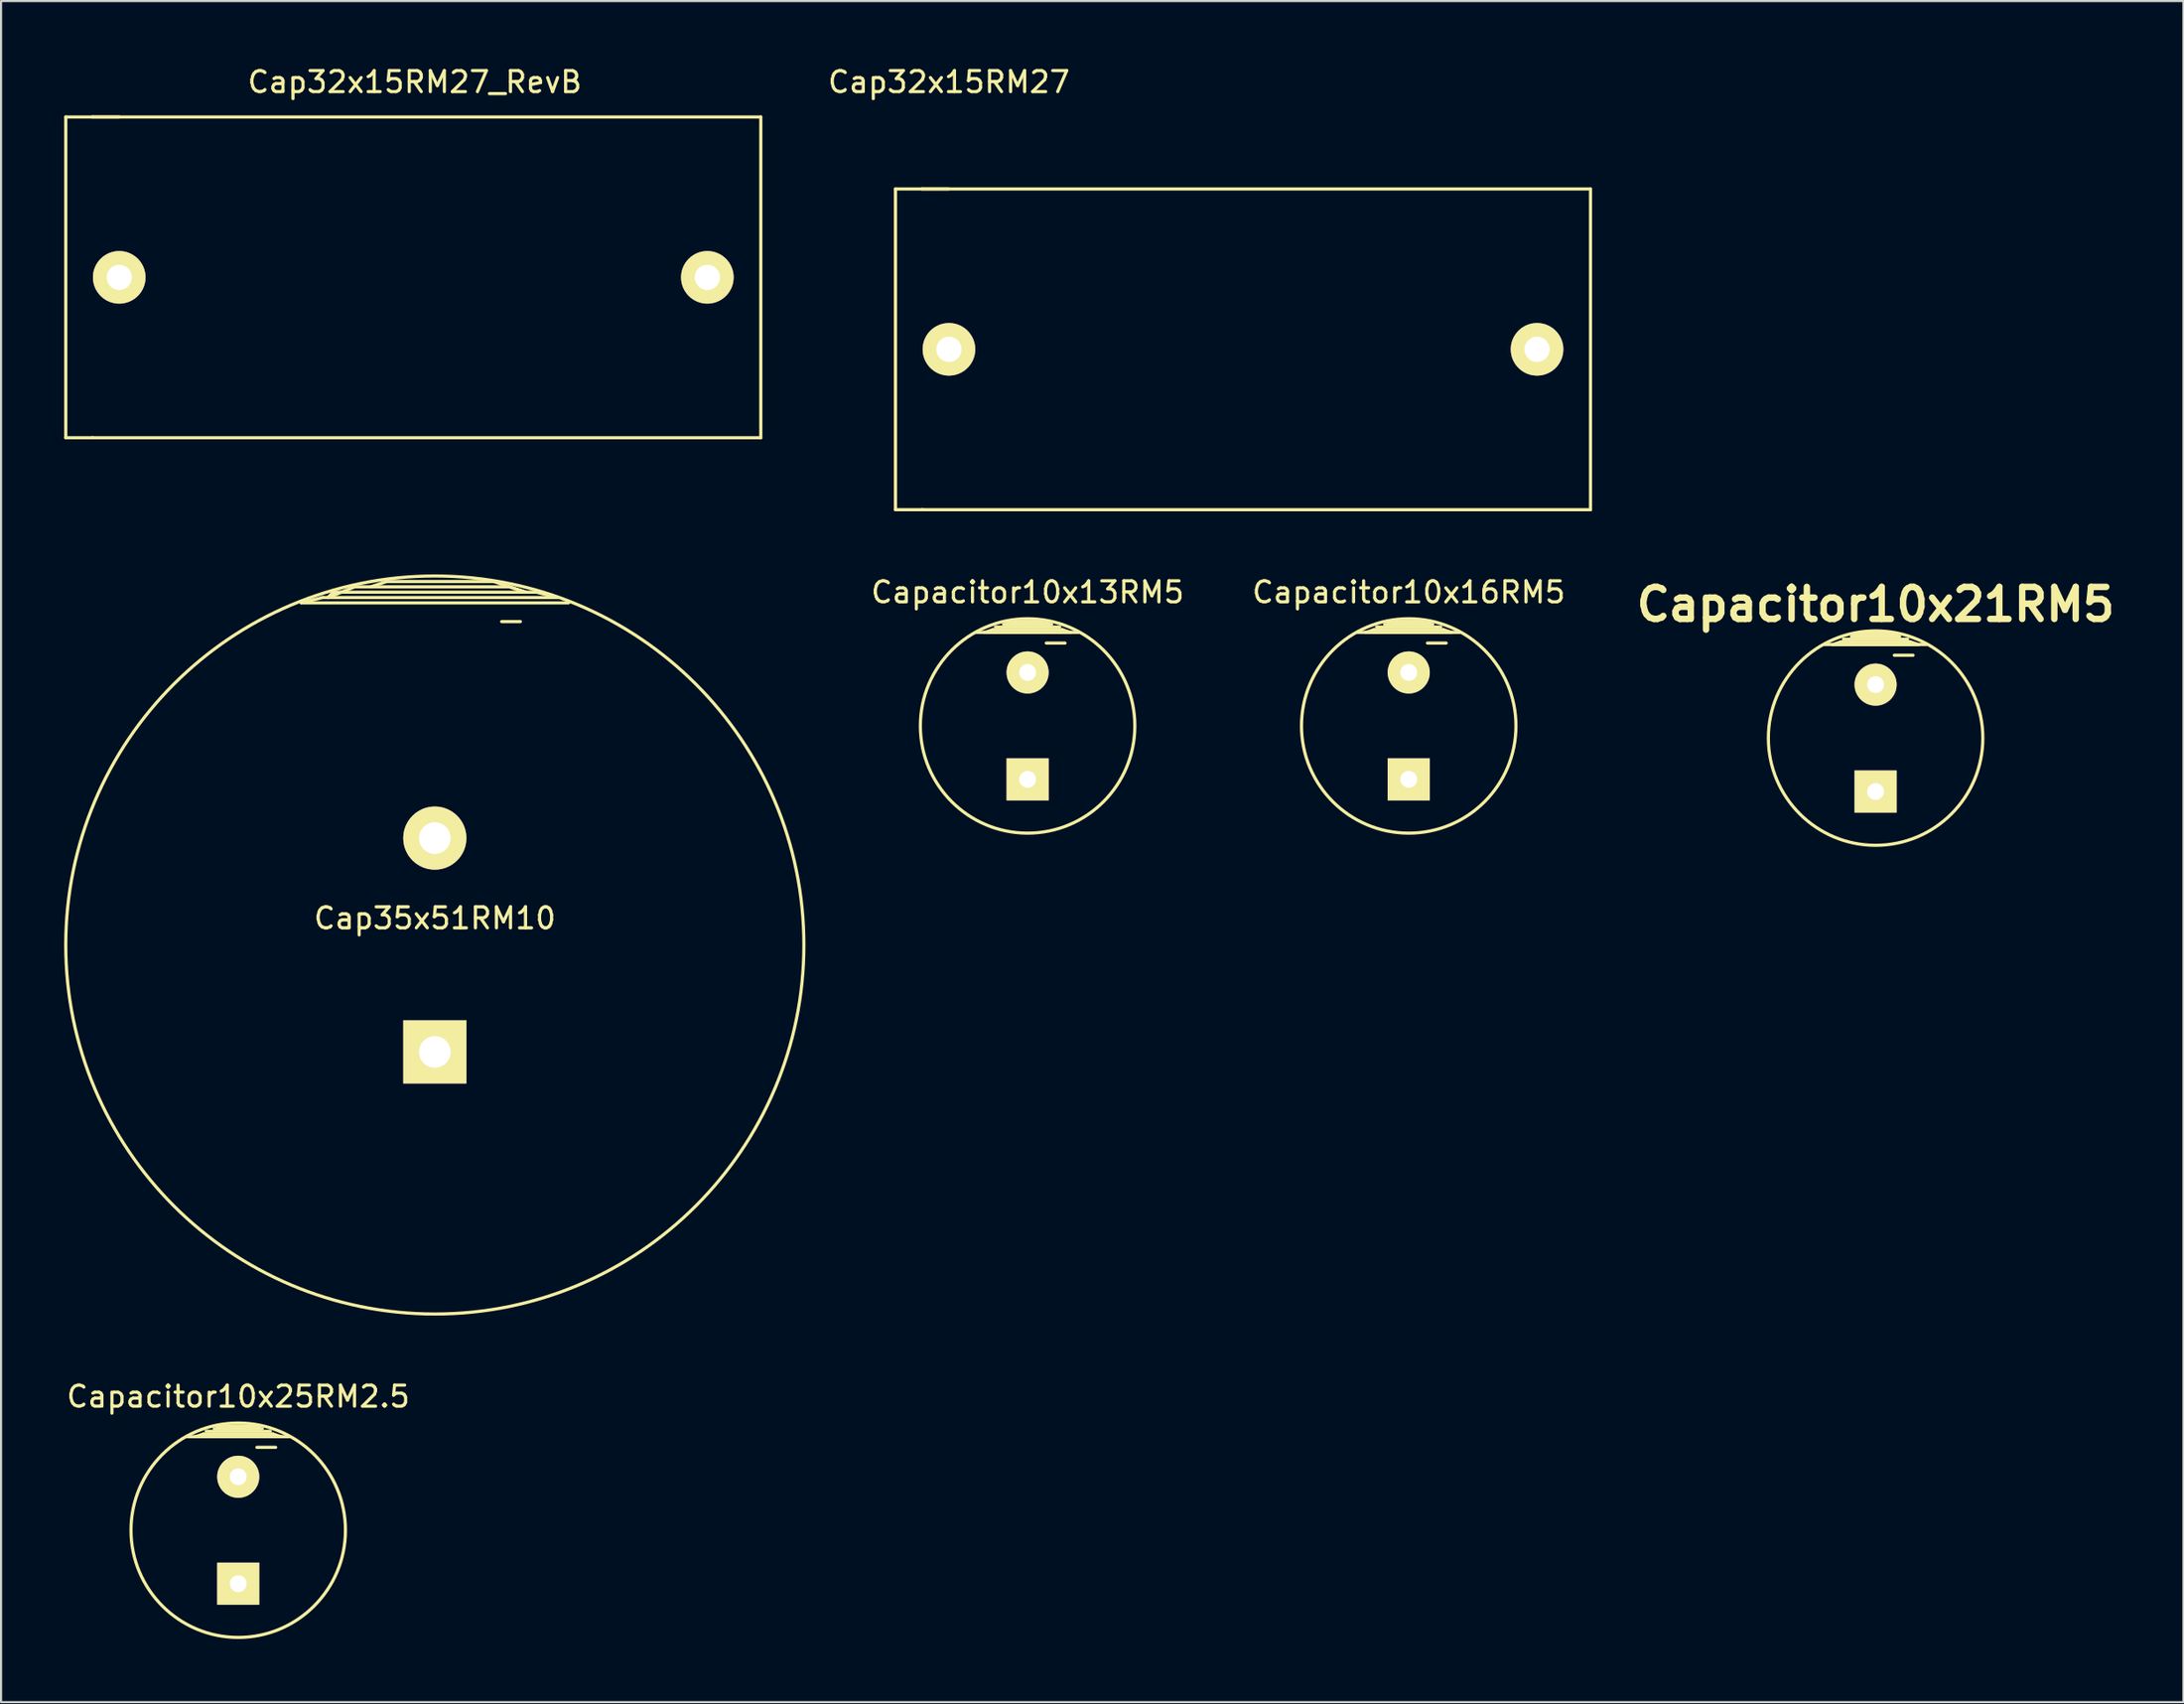
<source format=kicad_pcb>
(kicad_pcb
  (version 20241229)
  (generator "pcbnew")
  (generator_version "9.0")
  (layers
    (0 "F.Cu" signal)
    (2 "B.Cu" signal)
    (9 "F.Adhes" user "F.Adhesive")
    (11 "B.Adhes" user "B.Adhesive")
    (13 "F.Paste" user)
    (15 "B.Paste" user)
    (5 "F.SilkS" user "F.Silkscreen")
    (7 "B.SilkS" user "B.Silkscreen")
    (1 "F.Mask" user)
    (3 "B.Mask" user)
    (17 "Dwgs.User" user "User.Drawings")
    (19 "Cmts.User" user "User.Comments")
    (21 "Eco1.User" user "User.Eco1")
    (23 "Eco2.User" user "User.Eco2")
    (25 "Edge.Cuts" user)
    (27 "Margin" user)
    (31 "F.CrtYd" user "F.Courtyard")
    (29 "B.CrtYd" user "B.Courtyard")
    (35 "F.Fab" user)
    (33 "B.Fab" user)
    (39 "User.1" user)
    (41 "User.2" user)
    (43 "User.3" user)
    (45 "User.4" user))
  (footprint "Cap32x15RM27"
    (layer "F.Cu")
    (at 42.033 13.548)
    (property "Reference" "Cap32x15RM27" (at 0 -12.7 0) (layer "F.SilkS") (effects (font (size 1 1) (thickness 0.15))))
    (attr through_hole)
    (fp_line (start -2.54 -7.62) (end -2.54 7.62) (stroke (width 0.15) (type solid)) (layer "F.SilkS"))
    (fp_line (start -2.54 7.62) (end -1.27 7.62) (stroke (width 0.15) (type solid)) (layer "F.SilkS"))
    (fp_line (start -1.27 -7.62) (end -2.54 -7.62) (stroke (width 0.15) (type solid)) (layer "F.SilkS"))
    (fp_line (start -1.27 7.62) (end 30.48 7.62) (stroke (width 0.15) (type solid)) (layer "F.SilkS"))
    (fp_line (start 0 -7.62) (end -1.27 -7.62) (stroke (width 0.15) (type solid)) (layer "F.SilkS"))
    (fp_line (start 30.48 -7.62) (end -1.27 -7.62) (stroke (width 0.15) (type solid)) (layer "F.SilkS"))
    (fp_line (start 30.48 7.62) (end 30.48 -7.62) (stroke (width 0.15) (type solid)) (layer "F.SilkS"))
    (pad "1" thru_hole circle (at 27.94 0) (size 2.499 2.499) (drill 1.199) (layers "*.Cu" "*.Mask" "F.SilkS"))
    (pad "2" thru_hole circle (at 0 0) (size 2.499 2.499) (drill 1.199) (layers "*.Cu" "*.Mask" "F.SilkS")))
  (footprint "Capacitor10x21RM5"
    (layer "F.Cu")
    (at 86.057 32.02)
    (property "Reference" "Capacitor10x21RM5" (at 0 -6.35 0) (layer "F.SilkS") (effects (font (size 1.524 1.524) (thickness 0.305))))
    (attr through_hole)
    (fp_line (start -2.413 -4.445) (end 2.413 -4.445) (stroke (width 0.15) (type solid)) (layer "F.SilkS"))
    (fp_line (start -2.032 -4.445) (end -1.651 -4.572) (stroke (width 0.15) (type solid)) (layer "F.SilkS"))
    (fp_line (start -1.651 -4.572) (end 1.651 -4.572) (stroke (width 0.15) (type solid)) (layer "F.SilkS"))
    (fp_line (start -1.524 -4.699) (end 1.524 -4.699) (stroke (width 0.15) (type solid)) (layer "F.SilkS"))
    (fp_line (start -1.016 -4.826) (end 1.016 -4.826) (stroke (width 0.15) (type solid)) (layer "F.SilkS"))
    (fp_line (start 0.889 -3.937) (end 1.778 -3.937) (stroke (width 0.15) (type solid)) (layer "F.SilkS"))
    (fp_line (start 1.016 -4.953) (end -1.016 -4.953) (stroke (width 0.15) (type solid)) (layer "F.SilkS"))
    (fp_line (start 1.143 -4.826) (end -1.143 -4.826) (stroke (width 0.15) (type solid)) (layer "F.SilkS"))
    (fp_line (start 1.651 -4.572) (end 2.032 -4.445) (stroke (width 0.15) (type solid)) (layer "F.SilkS"))
    (fp_line (start 2.032 -4.445) (end -2.032 -4.445) (stroke (width 0.15) (type solid)) (layer "F.SilkS"))
    (fp_circle (center 0 0) (end 5.08 0.381) (stroke (width 0.15) (type solid)) (fill no) (layer "F.SilkS"))
    (pad "1" thru_hole rect (at 0 2.54) (size 1.999 1.999) (drill 0.8) (layers "*.Cu" "*.Mask" "F.SilkS"))
    (pad "2" thru_hole circle (at 0 -2.54) (size 1.999 1.999) (drill 0.8) (layers "*.Cu" "*.Mask" "F.SilkS")))
  (footprint "Cap32x15RM27_RevB"
    (layer "F.Cu")
    (at 16.615 10.128)
    (property "Reference" "Cap32x15RM27_RevB" (at 0.04 -9.28 0) (layer "F.SilkS") (effects (font (size 1 1) (thickness 0.15))))
    (attr through_hole)
    (fp_line (start -16.54 -7.62) (end -16.54 7.62) (stroke (width 0.15) (type solid)) (layer "F.SilkS"))
    (fp_line (start -16.54 7.62) (end -15.27 7.62) (stroke (width 0.15) (type solid)) (layer "F.SilkS"))
    (fp_line (start -15.27 -7.62) (end -16.54 -7.62) (stroke (width 0.15) (type solid)) (layer "F.SilkS"))
    (fp_line (start -15.27 7.62) (end 16.48 7.62) (stroke (width 0.15) (type solid)) (layer "F.SilkS"))
    (fp_line (start -14 -7.62) (end -15.27 -7.62) (stroke (width 0.15) (type solid)) (layer "F.SilkS"))
    (fp_line (start 16.48 -7.62) (end -15.27 -7.62) (stroke (width 0.15) (type solid)) (layer "F.SilkS"))
    (fp_line (start 16.48 7.62) (end 16.48 -7.62) (stroke (width 0.15) (type solid)) (layer "F.SilkS"))
    (pad "1" thru_hole circle (at 13.94 0) (size 2.499 2.499) (drill 1.199) (layers "*.Cu" "*.Mask" "F.SilkS"))
    (pad "2" thru_hole circle (at -14 0) (size 2.499 2.499) (drill 1.199) (layers "*.Cu" "*.Mask" "F.SilkS")))
  (footprint "Capacitor10x16RM5"
    (layer "F.Cu")
    (at 63.877 31.442)
    (property "Reference" "Capacitor10x16RM5" (at 0 -6.35 0) (layer "F.SilkS") (effects (font (size 1 1) (thickness 0.15))))
    (attr through_hole)
    (fp_line (start -2.413 -4.445) (end 2.413 -4.445) (stroke (width 0.15) (type solid)) (layer "F.SilkS"))
    (fp_line (start -2.032 -4.445) (end -1.651 -4.572) (stroke (width 0.15) (type solid)) (layer "F.SilkS"))
    (fp_line (start -1.651 -4.572) (end 1.651 -4.572) (stroke (width 0.15) (type solid)) (layer "F.SilkS"))
    (fp_line (start -1.524 -4.699) (end 1.524 -4.699) (stroke (width 0.15) (type solid)) (layer "F.SilkS"))
    (fp_line (start -1.016 -4.826) (end 1.016 -4.826) (stroke (width 0.15) (type solid)) (layer "F.SilkS"))
    (fp_line (start 0.889 -3.937) (end 1.778 -3.937) (stroke (width 0.15) (type solid)) (layer "F.SilkS"))
    (fp_line (start 1.016 -4.953) (end -1.016 -4.953) (stroke (width 0.15) (type solid)) (layer "F.SilkS"))
    (fp_line (start 1.143 -4.826) (end -1.143 -4.826) (stroke (width 0.15) (type solid)) (layer "F.SilkS"))
    (fp_line (start 1.651 -4.572) (end 2.032 -4.445) (stroke (width 0.15) (type solid)) (layer "F.SilkS"))
    (fp_line (start 2.032 -4.445) (end -2.032 -4.445) (stroke (width 0.15) (type solid)) (layer "F.SilkS"))
    (fp_circle (center 0 0) (end 5.08 0.381) (stroke (width 0.15) (type solid)) (fill no) (layer "F.SilkS"))
    (pad "1" thru_hole rect (at 0 2.54) (size 1.999 1.999) (drill 0.8) (layers "*.Cu" "*.Mask" "F.SilkS"))
    (pad "2" thru_hole circle (at 0 -2.54) (size 1.999 1.999) (drill 0.8) (layers "*.Cu" "*.Mask" "F.SilkS")))
  (footprint "Capacitor10x13RM5"
    (layer "F.Cu")
    (at 45.77 31.442)
    (property "Reference" "Capacitor10x13RM5" (at 0 -6.35 0) (layer "F.SilkS") (effects (font (size 1 1) (thickness 0.15))))
    (attr through_hole)
    (fp_line (start -2.413 -4.445) (end 2.413 -4.445) (stroke (width 0.15) (type solid)) (layer "F.SilkS"))
    (fp_line (start -2.032 -4.445) (end -1.651 -4.572) (stroke (width 0.15) (type solid)) (layer "F.SilkS"))
    (fp_line (start -1.651 -4.572) (end 1.651 -4.572) (stroke (width 0.15) (type solid)) (layer "F.SilkS"))
    (fp_line (start -1.524 -4.699) (end 1.524 -4.699) (stroke (width 0.15) (type solid)) (layer "F.SilkS"))
    (fp_line (start -1.016 -4.826) (end 1.016 -4.826) (stroke (width 0.15) (type solid)) (layer "F.SilkS"))
    (fp_line (start 0.889 -3.937) (end 1.778 -3.937) (stroke (width 0.15) (type solid)) (layer "F.SilkS"))
    (fp_line (start 1.016 -4.953) (end -1.016 -4.953) (stroke (width 0.15) (type solid)) (layer "F.SilkS"))
    (fp_line (start 1.143 -4.826) (end -1.143 -4.826) (stroke (width 0.15) (type solid)) (layer "F.SilkS"))
    (fp_line (start 1.651 -4.572) (end 2.032 -4.445) (stroke (width 0.15) (type solid)) (layer "F.SilkS"))
    (fp_line (start 2.032 -4.445) (end -2.032 -4.445) (stroke (width 0.15) (type solid)) (layer "F.SilkS"))
    (fp_circle (center 0 0) (end 5.08 0.381) (stroke (width 0.15) (type solid)) (fill no) (layer "F.SilkS"))
    (pad "1" thru_hole rect (at 0 2.54) (size 1.999 1.999) (drill 0.8) (layers "*.Cu" "*.Mask" "F.SilkS"))
    (pad "2" thru_hole circle (at 0 -2.54) (size 1.999 1.999) (drill 0.8) (layers "*.Cu" "*.Mask" "F.SilkS")))
  (footprint "Cap35x51RM10"
    (layer "F.Cu")
    (at 17.608 41.852)
    (property "Reference" "Cap35x51RM10" (at 0 -1.27 0) (layer "F.SilkS") (effects (font (size 1 1) (thickness 0.15))))
    (attr through_hole)
    (fp_line (start -6.35 -16.256) (end -5.334 -16.51) (stroke (width 0.15) (type solid)) (layer "F.SilkS"))
    (fp_line (start -5.334 -16.51) (end 5.842 -16.51) (stroke (width 0.15) (type solid)) (layer "F.SilkS"))
    (fp_line (start -5.08 -16.51) (end -3.81 -17.018) (stroke (width 0.15) (type solid)) (layer "F.SilkS"))
    (fp_line (start -4.826 -16.764) (end -5.08 -16.51) (stroke (width 0.15) (type solid)) (layer "F.SilkS"))
    (fp_line (start -3.81 -17.018) (end 3.556 -17.018) (stroke (width 0.15) (type solid)) (layer "F.SilkS"))
    (fp_line (start -2.286 -17.272) (end -3.048 -17.018) (stroke (width 0.15) (type solid)) (layer "F.SilkS"))
    (fp_line (start 2.794 -17.272) (end -2.286 -17.272) (stroke (width 0.15) (type solid)) (layer "F.SilkS"))
    (fp_line (start 3.175 -15.367) (end 4.064 -15.367) (stroke (width 0.15) (type solid)) (layer "F.SilkS"))
    (fp_line (start 3.556 -17.018) (end 4.318 -16.764) (stroke (width 0.15) (type solid)) (layer "F.SilkS"))
    (fp_line (start 4.318 -16.764) (end 2.794 -17.272) (stroke (width 0.15) (type solid)) (layer "F.SilkS"))
    (fp_line (start 4.826 -16.764) (end -4.826 -16.764) (stroke (width 0.15) (type solid)) (layer "F.SilkS"))
    (fp_line (start 5.842 -16.51) (end 4.826 -16.764) (stroke (width 0.15) (type solid)) (layer "F.SilkS"))
    (fp_line (start 6.35 -16.256) (end -6.35 -16.256) (stroke (width 0.15) (type solid)) (layer "F.SilkS"))
    (fp_circle (center 0 0) (end 17.526 0.508) (stroke (width 0.15) (type solid)) (fill no) (layer "F.SilkS"))
    (pad "1" thru_hole rect (at 0 5.08) (size 3 3) (drill 1.501) (layers "*.Cu" "*.Mask" "F.SilkS"))
    (pad "2" thru_hole circle (at 0 -5.08) (size 3 3) (drill 1.501) (layers "*.Cu" "*.Mask" "F.SilkS")))
  (footprint "Capacitor10x25RM2.5"
    (layer "F.Cu")
    (at 8.268 69.658)
    (property "Reference" "Capacitor10x25RM2.5" (at 0 -6.35 0) (layer "F.SilkS") (effects (font (size 1 1) (thickness 0.15))))
    (attr through_hole)
    (fp_line (start -2.413 -4.445) (end 2.413 -4.445) (stroke (width 0.15) (type solid)) (layer "F.SilkS"))
    (fp_line (start -2.032 -4.445) (end -1.651 -4.572) (stroke (width 0.15) (type solid)) (layer "F.SilkS"))
    (fp_line (start -1.651 -4.572) (end 1.651 -4.572) (stroke (width 0.15) (type solid)) (layer "F.SilkS"))
    (fp_line (start -1.524 -4.699) (end 1.524 -4.699) (stroke (width 0.15) (type solid)) (layer "F.SilkS"))
    (fp_line (start -1.016 -4.826) (end 1.016 -4.826) (stroke (width 0.15) (type solid)) (layer "F.SilkS"))
    (fp_line (start 0.889 -3.937) (end 1.778 -3.937) (stroke (width 0.15) (type solid)) (layer "F.SilkS"))
    (fp_line (start 1.016 -4.953) (end -1.016 -4.953) (stroke (width 0.15) (type solid)) (layer "F.SilkS"))
    (fp_line (start 1.143 -4.826) (end -1.143 -4.826) (stroke (width 0.15) (type solid)) (layer "F.SilkS"))
    (fp_line (start 1.651 -4.572) (end 2.032 -4.445) (stroke (width 0.15) (type solid)) (layer "F.SilkS"))
    (fp_line (start 2.032 -4.445) (end -2.032 -4.445) (stroke (width 0.15) (type solid)) (layer "F.SilkS"))
    (fp_circle (center 0 0) (end 5.08 0.381) (stroke (width 0.15) (type solid)) (fill no) (layer "F.SilkS"))
    (pad "1" thru_hole rect (at 0 2.54) (size 1.999 1.999) (drill 0.8) (layers "*.Cu" "*.Mask" "F.SilkS"))
    (pad "2" thru_hole circle (at 0 -2.54) (size 1.999 1.999) (drill 0.8) (layers "*.Cu" "*.Mask" "F.SilkS")))
  (gr_rect
    (start -3 -3)
    (end 100.683 77.827)
    (stroke (width 0.1) (type default))
    (fill no)
    (layer "Edge.Cuts")))
</source>
